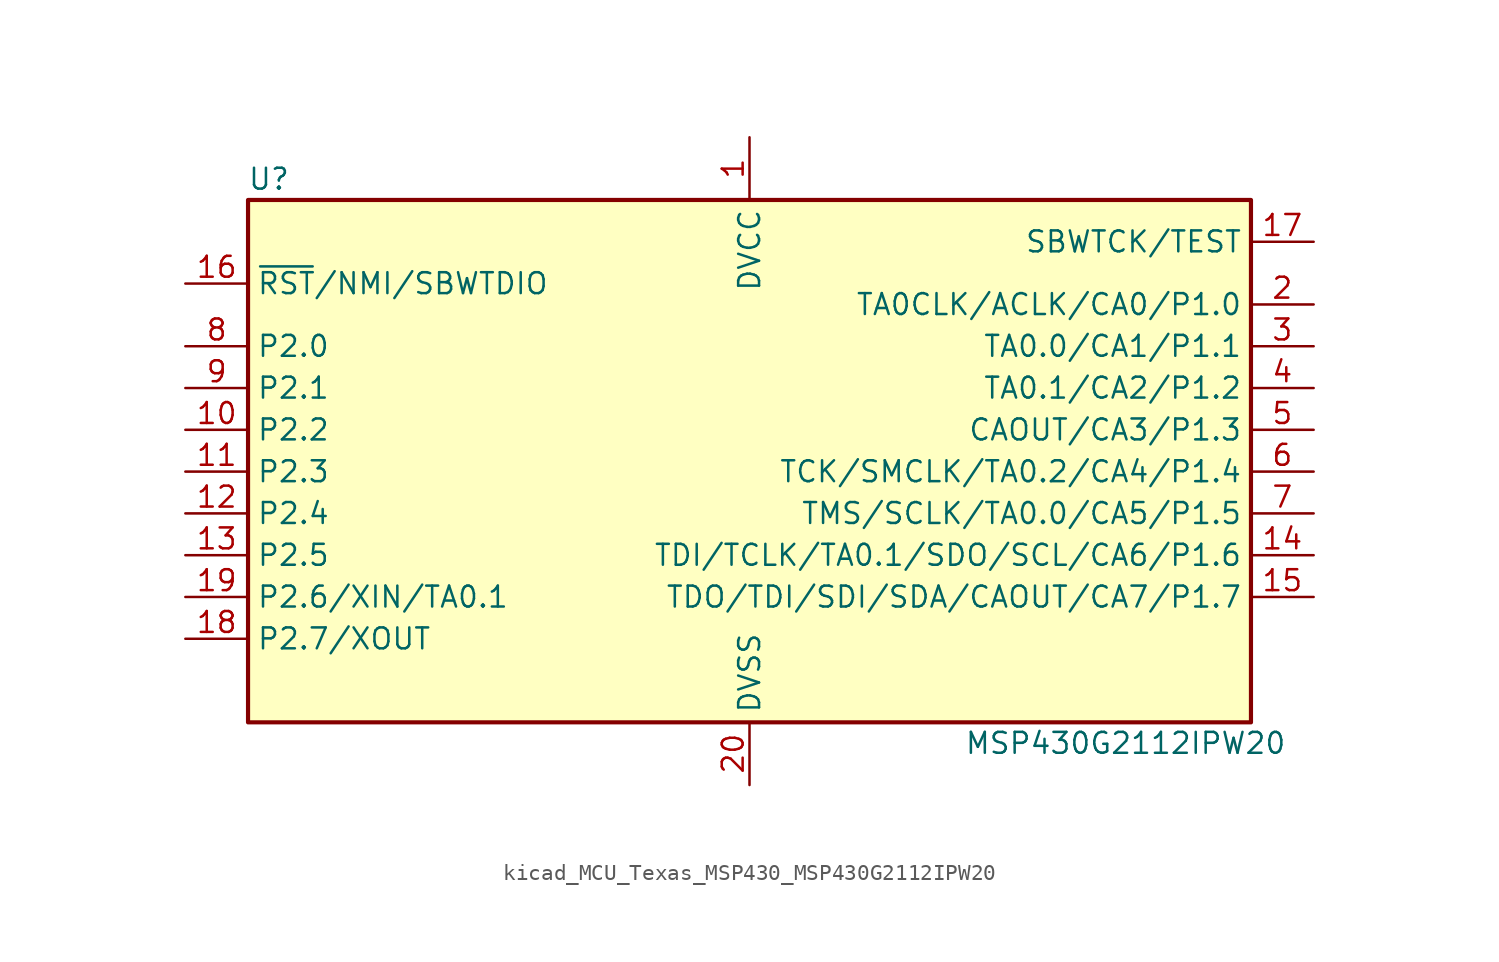
<source format=kicad_sym>
(kicad_symbol_lib
  (version 20220914)
  (generator kicad_symbol_editor)
  (symbol "kicad_MCU_Texas_MSP430_MSP430G2112IPW20"
    (property "Reference" "U"
      (at -29.21 17.78 0)
      (effects (font (size 1.27 1.27))))
    (property "Value" "MSP430G2112IPW20"
      (at 22.86 -16.51 0)
      (effects (font (size 1.27 1.27))))
    (symbol "kicad_MCU_Texas_MSP430_MSP430G2112IPW20_0_1"
      (rectangle (start -30.48 16.51) (end 30.48 -15.24) (stroke (width 0.254) (type default)) (fill (type background))))
    (symbol "kicad_MCU_Texas_MSP430_MSP430G2112IPW20_1_1"
      (pin power_in line (at 0 20.32 270) (length 3.81) (name "DVCC" (effects (font (size 1.27 1.27)))) (number "1" (effects (font (size 1.27 1.27)))))
      (pin bidirectional line (at -34.29 2.54 0) (length 3.81) (name "P2.2" (effects (font (size 1.27 1.27)))) (number "10" (effects (font (size 1.27 1.27)))))
      (pin bidirectional line (at -34.29 0 0) (length 3.81) (name "P2.3" (effects (font (size 1.27 1.27)))) (number "11" (effects (font (size 1.27 1.27)))))
      (pin bidirectional line (at -34.29 -2.54 0) (length 3.81) (name "P2.4" (effects (font (size 1.27 1.27)))) (number "12" (effects (font (size 1.27 1.27)))))
      (pin bidirectional line (at -34.29 -5.08 0) (length 3.81) (name "P2.5" (effects (font (size 1.27 1.27)))) (number "13" (effects (font (size 1.27 1.27)))))
      (pin bidirectional line (at 34.29 -5.08 180) (length 3.81) (name "TDI/TCLK/TA0.1/SDO/SCL/CA6/P1.6" (effects (font (size 1.27 1.27)))) (number "14" (effects (font (size 1.27 1.27)))))
      (pin bidirectional line (at 34.29 -7.62 180) (length 3.81) (name "TDO/TDI/SDI/SDA/CAOUT/CA7/P1.7" (effects (font (size 1.27 1.27)))) (number "15" (effects (font (size 1.27 1.27)))))
      (pin input line (at -34.29 11.43 0) (length 3.81) (name "~{RST}/NMI/SBWTDIO" (effects (font (size 1.27 1.27)))) (number "16" (effects (font (size 1.27 1.27)))))
      (pin input line (at 34.29 13.97 180) (length 3.81) (name "SBWTCK/TEST" (effects (font (size 1.27 1.27)))) (number "17" (effects (font (size 1.27 1.27)))))
      (pin bidirectional line (at -34.29 -10.16 0) (length 3.81) (name "P2.7/XOUT" (effects (font (size 1.27 1.27)))) (number "18" (effects (font (size 1.27 1.27)))))
      (pin bidirectional line (at -34.29 -7.62 0) (length 3.81) (name "P2.6/XIN/TA0.1" (effects (font (size 1.27 1.27)))) (number "19" (effects (font (size 1.27 1.27)))))
      (pin bidirectional line (at 34.29 10.16 180) (length 3.81) (name "TA0CLK/ACLK/CA0/P1.0" (effects (font (size 1.27 1.27)))) (number "2" (effects (font (size 1.27 1.27)))))
      (pin power_in line (at 0 -19.05 90) (length 3.81) (name "DVSS" (effects (font (size 1.27 1.27)))) (number "20" (effects (font (size 1.27 1.27)))))
      (pin bidirectional line (at 34.29 7.62 180) (length 3.81) (name "TA0.0/CA1/P1.1" (effects (font (size 1.27 1.27)))) (number "3" (effects (font (size 1.27 1.27)))))
      (pin bidirectional line (at 34.29 5.08 180) (length 3.81) (name "TA0.1/CA2/P1.2" (effects (font (size 1.27 1.27)))) (number "4" (effects (font (size 1.27 1.27)))))
      (pin bidirectional line (at 34.29 2.54 180) (length 3.81) (name "CAOUT/CA3/P1.3" (effects (font (size 1.27 1.27)))) (number "5" (effects (font (size 1.27 1.27)))))
      (pin bidirectional line (at 34.29 0 180) (length 3.81) (name "TCK/SMCLK/TA0.2/CA4/P1.4" (effects (font (size 1.27 1.27)))) (number "6" (effects (font (size 1.27 1.27)))))
      (pin bidirectional line (at 34.29 -2.54 180) (length 3.81) (name "TMS/SCLK/TA0.0/CA5/P1.5" (effects (font (size 1.27 1.27)))) (number "7" (effects (font (size 1.27 1.27)))))
      (pin bidirectional line (at -34.29 7.62 0) (length 3.81) (name "P2.0" (effects (font (size 1.27 1.27)))) (number "8" (effects (font (size 1.27 1.27)))))
      (pin bidirectional line (at -34.29 5.08 0) (length 3.81) (name "P2.1" (effects (font (size 1.27 1.27)))) (number "9" (effects (font (size 1.27 1.27))))))))
</source>
